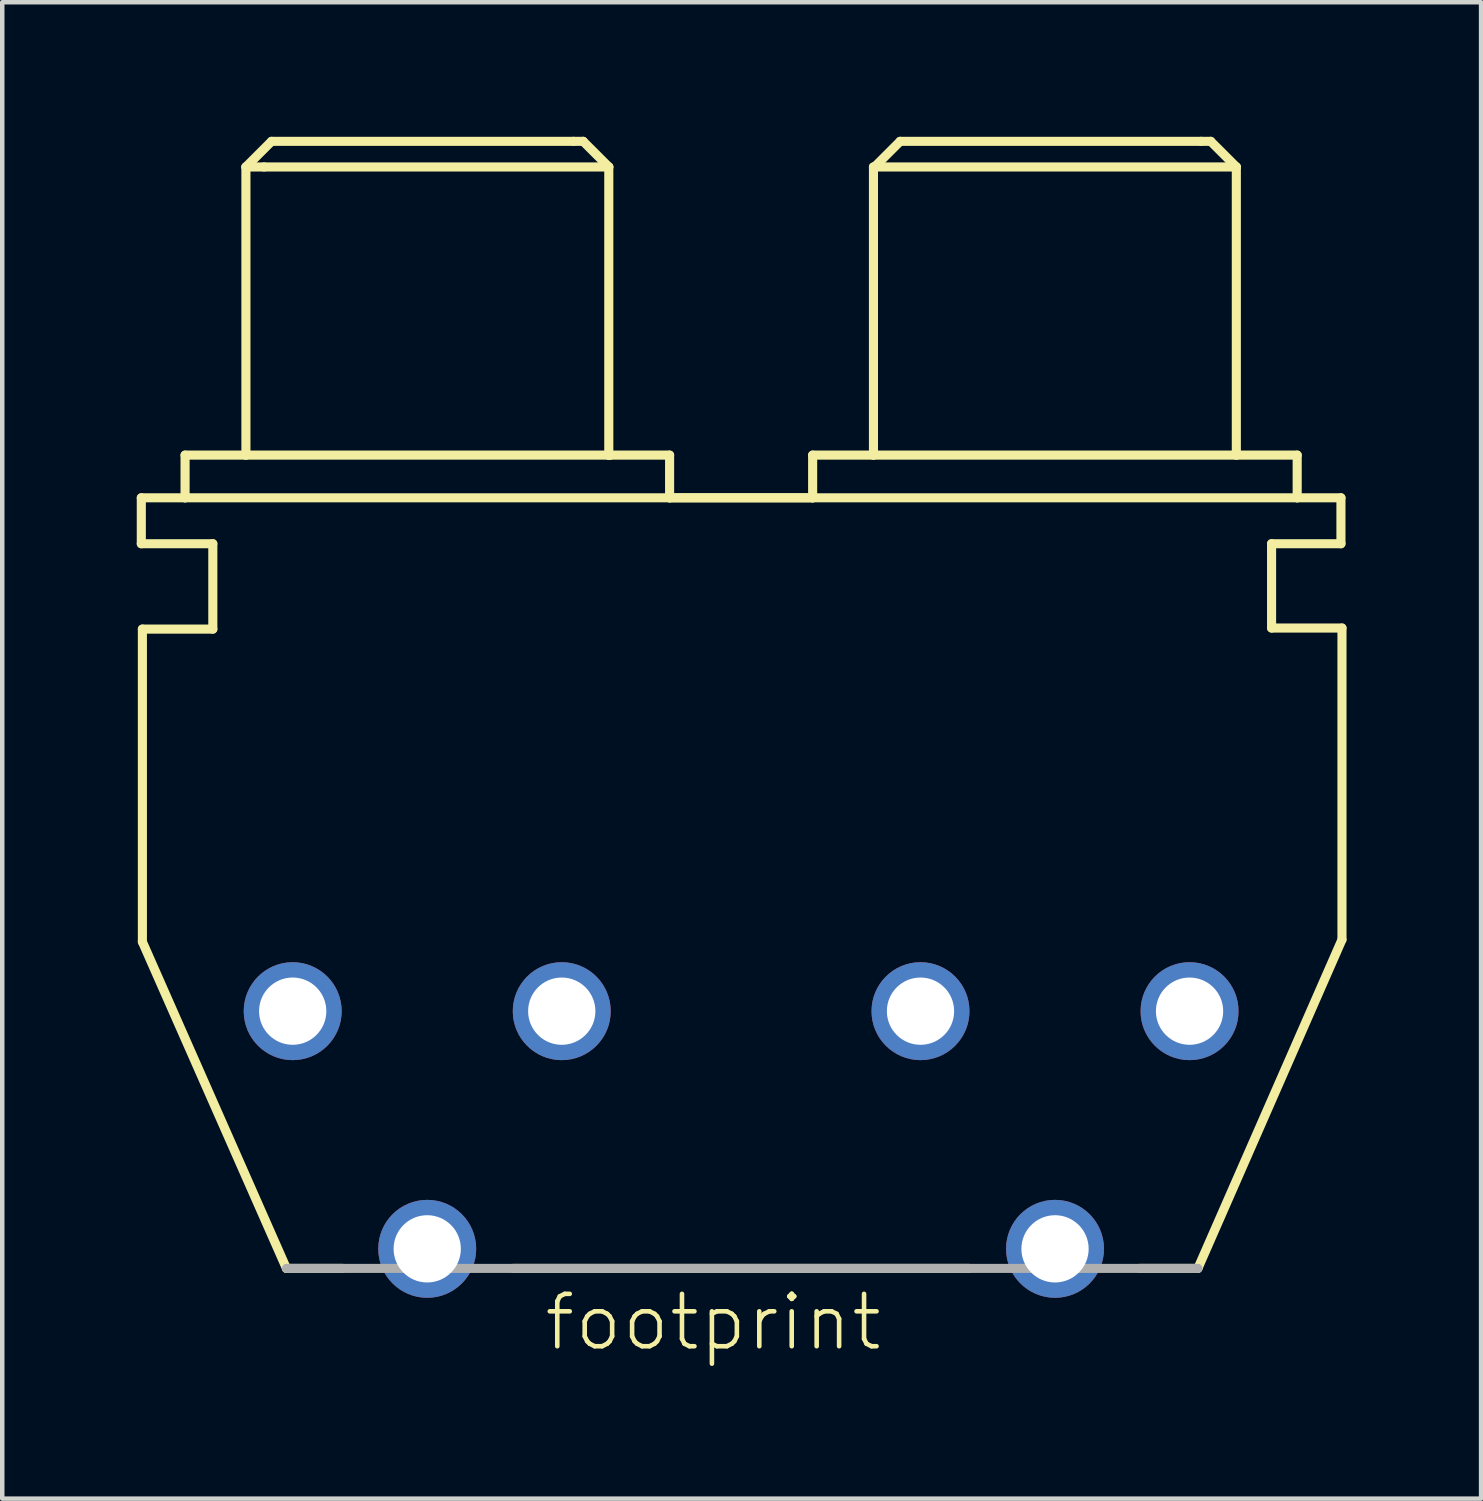
<source format=kicad_pcb>
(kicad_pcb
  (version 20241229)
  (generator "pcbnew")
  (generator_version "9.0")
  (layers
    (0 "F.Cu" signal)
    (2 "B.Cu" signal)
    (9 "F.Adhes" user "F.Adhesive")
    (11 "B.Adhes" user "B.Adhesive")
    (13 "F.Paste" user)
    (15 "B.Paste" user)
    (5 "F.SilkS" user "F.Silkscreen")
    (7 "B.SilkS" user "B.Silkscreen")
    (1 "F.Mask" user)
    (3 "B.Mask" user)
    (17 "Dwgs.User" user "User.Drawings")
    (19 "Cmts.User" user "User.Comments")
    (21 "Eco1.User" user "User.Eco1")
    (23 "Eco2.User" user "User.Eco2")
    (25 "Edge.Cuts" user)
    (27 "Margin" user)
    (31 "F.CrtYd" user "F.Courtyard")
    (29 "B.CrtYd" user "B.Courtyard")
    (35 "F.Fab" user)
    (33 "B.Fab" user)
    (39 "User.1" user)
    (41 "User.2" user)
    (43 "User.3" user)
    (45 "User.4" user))
  (footprint "footprint"
    (layer "F.Cu")
    (at 13.477 19.499)
    (property "Reference" "footprint" (at -4.445 7.62 0) (layer "F.SilkS") (effects (font (size 1.168 1.168) (thickness 0.102)) (justify left bottom)))
    (fp_line (start -13.376 -11.448) (end -12.4 -11.448) (stroke (width 0.203) (type solid)) (layer "F.SilkS"))
    (fp_line (start -13.376 -10.424) (end -13.376 -11.448) (stroke (width 0.203) (type solid)) (layer "F.SilkS"))
    (fp_line (start -13.352 -8.52) (end -11.781 -8.52) (stroke (width 0.203) (type solid)) (layer "F.SilkS"))
    (fp_line (start -13.352 -1.547) (end -13.352 -8.52) (stroke (width 0.203) (type solid)) (layer "F.SilkS"))
    (fp_line (start -12.4 -12.4) (end -11.043 -12.4) (stroke (width 0.203) (type solid)) (layer "F.SilkS"))
    (fp_line (start -12.4 -11.448) (end -12.4 -12.4) (stroke (width 0.203) (type solid)) (layer "F.SilkS"))
    (fp_line (start -12.4 -11.448) (end -1.595 -11.448) (stroke (width 0.203) (type solid)) (layer "F.SilkS"))
    (fp_line (start -11.781 -10.424) (end -13.376 -10.424) (stroke (width 0.203) (type solid)) (layer "F.SilkS"))
    (fp_line (start -11.781 -8.52) (end -11.781 -10.424) (stroke (width 0.203) (type solid)) (layer "F.SilkS"))
    (fp_line (start -11.043 -18.826) (end -10.639 -18.826) (stroke (width 0.203) (type solid)) (layer "F.SilkS"))
    (fp_line (start -11.043 -18.826) (end -10.472 -19.397) (stroke (width 0.203) (type solid)) (layer "F.SilkS"))
    (fp_line (start -11.043 -12.4) (end -11.043 -18.826) (stroke (width 0.203) (type solid)) (layer "F.SilkS"))
    (fp_line (start -11.043 -12.4) (end -2.951 -12.4) (stroke (width 0.203) (type solid)) (layer "F.SilkS"))
    (fp_line (start -10.639 -18.826) (end -2.951 -18.826) (stroke (width 0.203) (type solid)) (layer "F.SilkS"))
    (fp_line (start -10.472 -19.397) (end -3.737 -19.397) (stroke (width 0.203) (type solid)) (layer "F.SilkS"))
    (fp_line (start -10.139 5.736) (end -13.352 -1.547) (stroke (width 0.203) (type solid)) (layer "F.SilkS"))
    (fp_line (start -8.89 5.736) (end -10.139 5.736) (stroke (width 0.203) (type solid)) (layer "F.SilkS"))
    (fp_line (start -3.522 -19.397) (end -3.737 -19.397) (stroke (width 0.203) (type solid)) (layer "F.SilkS"))
    (fp_line (start -2.951 -18.826) (end -3.522 -19.397) (stroke (width 0.203) (type solid)) (layer "F.SilkS"))
    (fp_line (start -2.951 -18.826) (end -2.951 -12.4) (stroke (width 0.203) (type solid)) (layer "F.SilkS"))
    (fp_line (start -2.951 -12.4) (end -2.927 -12.4) (stroke (width 0.203) (type solid)) (layer "F.SilkS"))
    (fp_line (start -2.951 -12.4) (end -2.927 -12.4) (stroke (width 0.203) (type solid)) (layer "F.SilkS"))
    (fp_line (start -2.927 -12.4) (end -2.951 -12.4) (stroke (width 0.203) (type solid)) (layer "F.SilkS"))
    (fp_line (start -2.927 -12.4) (end -1.595 -12.4) (stroke (width 0.203) (type solid)) (layer "F.SilkS"))
    (fp_line (start -1.595 -12.4) (end -1.595 -11.448) (stroke (width 0.203) (type solid)) (layer "F.SilkS"))
    (fp_line (start -1.595 -11.448) (end 1.595 -11.448) (stroke (width 0.203) (type solid)) (layer "F.SilkS"))
    (fp_line (start -1.595 -11.448) (end 1.595 -11.448) (stroke (width 0.203) (type solid)) (layer "F.SilkS"))
    (fp_line (start 1.595 -12.4) (end 2.951 -12.4) (stroke (width 0.203) (type solid)) (layer "F.SilkS"))
    (fp_line (start 1.595 -11.448) (end 1.595 -12.4) (stroke (width 0.203) (type solid)) (layer "F.SilkS"))
    (fp_line (start 1.595 -11.448) (end 12.4 -11.448) (stroke (width 0.203) (type solid)) (layer "F.SilkS"))
    (fp_line (start 2.951 -18.826) (end 11.043 -18.826) (stroke (width 0.203) (type solid)) (layer "F.SilkS"))
    (fp_line (start 2.951 -12.4) (end 2.951 -18.826) (stroke (width 0.203) (type solid)) (layer "F.SilkS"))
    (fp_line (start 2.951 -12.4) (end 11.043 -12.4) (stroke (width 0.203) (type solid)) (layer "F.SilkS"))
    (fp_line (start 2.975 -18.826) (end 3.546 -19.397) (stroke (width 0.203) (type solid)) (layer "F.SilkS"))
    (fp_line (start 3.546 -19.397) (end 10.258 -19.397) (stroke (width 0.203) (type solid)) (layer "F.SilkS"))
    (fp_line (start 5.08 5.736) (end -5.08 5.736) (stroke (width 0.203) (type solid)) (layer "F.SilkS"))
    (fp_line (start 10.186 5.736) (end 8.89 5.736) (stroke (width 0.203) (type solid)) (layer "F.SilkS"))
    (fp_line (start 10.472 -19.397) (end 10.258 -19.397) (stroke (width 0.203) (type solid)) (layer "F.SilkS"))
    (fp_line (start 11.043 -18.826) (end 10.472 -19.397) (stroke (width 0.203) (type solid)) (layer "F.SilkS"))
    (fp_line (start 11.043 -18.826) (end 11.043 -12.4) (stroke (width 0.203) (type solid)) (layer "F.SilkS"))
    (fp_line (start 11.043 -12.4) (end 12.4 -12.4) (stroke (width 0.203) (type solid)) (layer "F.SilkS"))
    (fp_line (start 11.829 -10.424) (end 11.829 -8.544) (stroke (width 0.203) (type solid)) (layer "F.SilkS"))
    (fp_line (start 11.829 -8.544) (end 13.399 -8.544) (stroke (width 0.203) (type solid)) (layer "F.SilkS"))
    (fp_line (start 12.4 -12.4) (end 12.4 -11.448) (stroke (width 0.203) (type solid)) (layer "F.SilkS"))
    (fp_line (start 12.4 -11.448) (end 13.376 -11.448) (stroke (width 0.203) (type solid)) (layer "F.SilkS"))
    (fp_line (start 13.376 -11.448) (end 13.376 -10.424) (stroke (width 0.203) (type solid)) (layer "F.SilkS"))
    (fp_line (start 13.376 -10.424) (end 11.829 -10.424) (stroke (width 0.203) (type solid)) (layer "F.SilkS"))
    (fp_line (start 13.399 -8.544) (end 13.399 -1.595) (stroke (width 0.203) (type solid)) (layer "F.SilkS"))
    (fp_line (start 13.399 -1.595) (end 10.186 5.736) (stroke (width 0.203) (type solid)) (layer "F.SilkS"))
    (fp_line (start 10.186 5.736) (end -10.139 5.736) (stroke (width 0.203) (type solid)) (layer "F.Fab"))
    (pad "1.1" thru_hole circle (at -10 0) (size 2.184 2.184) (drill 1.5) (layers "*.Cu" "*.Mask"))
    (pad "1.2" thru_hole circle (at -4 0) (size 2.184 2.184) (drill 1.5) (layers "*.Cu" "*.Mask"))
    (pad "2.1" thru_hole circle (at 4 0) (size 2.184 2.184) (drill 1.5) (layers "*.Cu" "*.Mask"))
    (pad "2.2" thru_hole circle (at 10 0) (size 2.184 2.184) (drill 1.5) (layers "*.Cu" "*.Mask"))
    (pad "S1" thru_hole circle (at -7 5.3) (size 2.184 2.184) (drill 1.5) (layers "*.Cu" "*.Mask"))
    (pad "S2" thru_hole circle (at 7 5.3) (size 2.184 2.184) (drill 1.5) (layers "*.Cu" "*.Mask")))
  (gr_rect
    (start -3 -3)
    (end 29.978 30.369)
    (stroke (width 0.1) (type default))
    (fill no)
    (layer "Edge.Cuts")))
</source>
